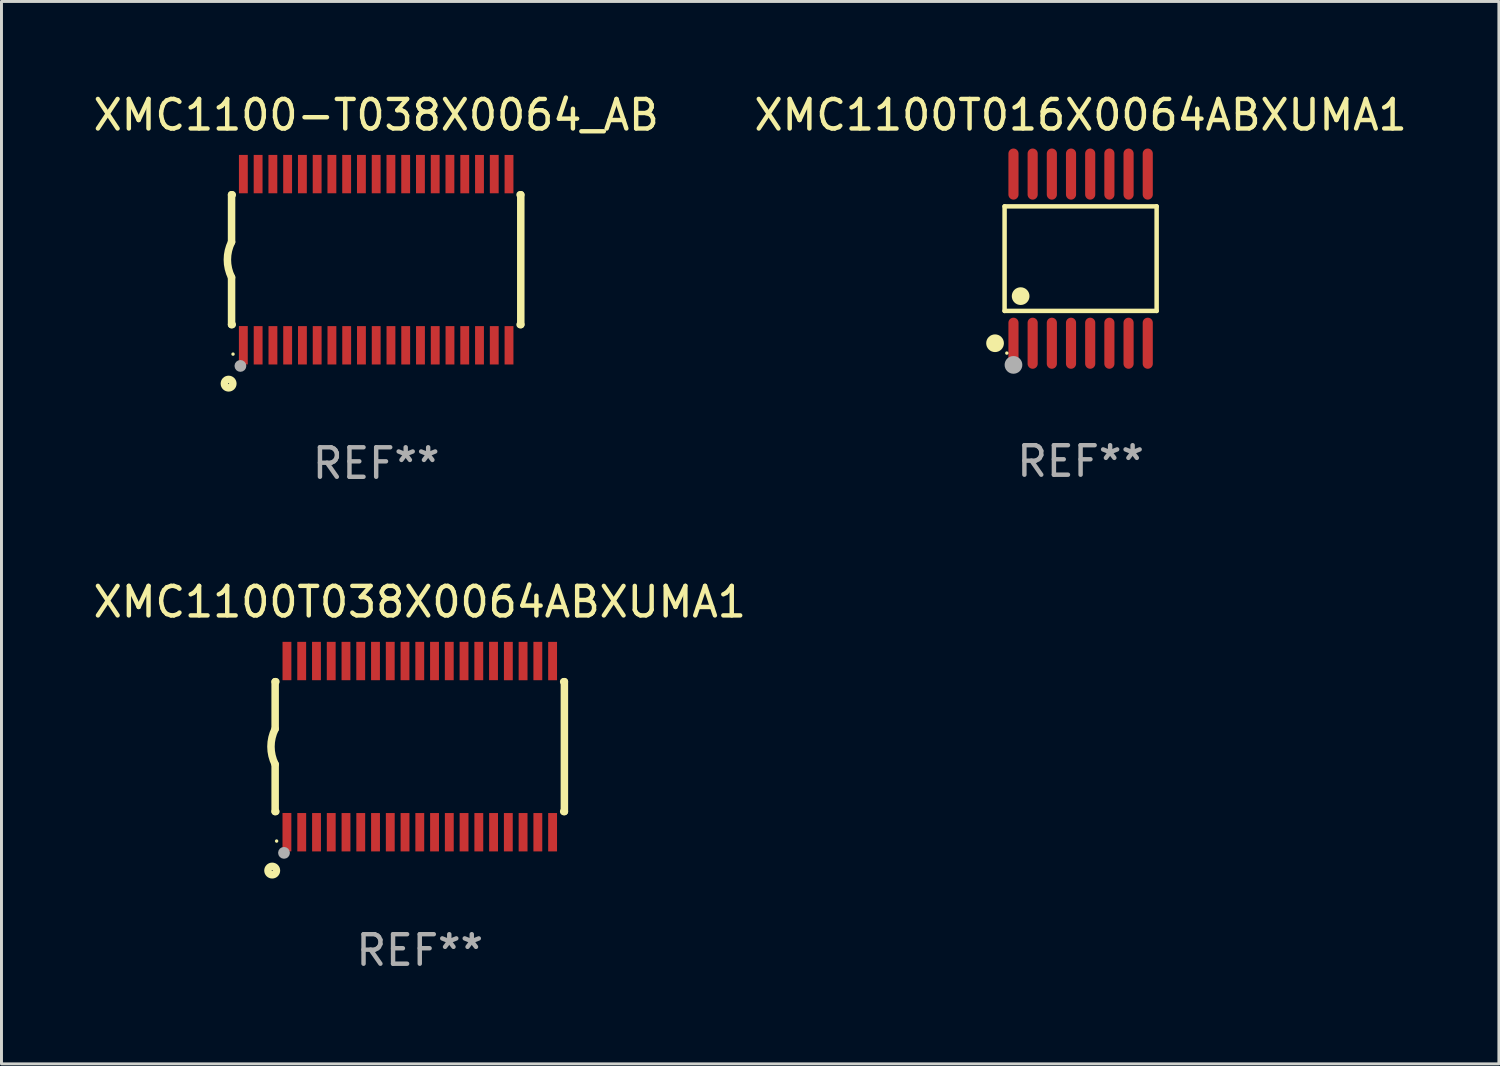
<source format=kicad_pcb>
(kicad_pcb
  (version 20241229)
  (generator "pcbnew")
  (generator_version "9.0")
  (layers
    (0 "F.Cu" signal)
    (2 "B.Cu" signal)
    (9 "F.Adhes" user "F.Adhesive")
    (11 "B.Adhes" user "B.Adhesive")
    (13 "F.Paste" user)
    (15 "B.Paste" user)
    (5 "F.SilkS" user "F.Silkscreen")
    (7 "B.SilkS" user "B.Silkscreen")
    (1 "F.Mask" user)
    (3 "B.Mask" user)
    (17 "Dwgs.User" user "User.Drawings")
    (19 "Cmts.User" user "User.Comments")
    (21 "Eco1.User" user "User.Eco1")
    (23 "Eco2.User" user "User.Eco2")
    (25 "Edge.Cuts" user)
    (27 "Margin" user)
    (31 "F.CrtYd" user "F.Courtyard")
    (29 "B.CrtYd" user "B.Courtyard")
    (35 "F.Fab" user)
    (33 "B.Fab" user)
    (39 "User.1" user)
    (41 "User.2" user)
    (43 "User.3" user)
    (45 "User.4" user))
  (footprint "XMC1100T038X0064ABXUMA1"
    (layer "F.Cu")
    (at 11.173 22.248)
    (property "Reference" "XMC1100T038X0064ABXUMA1" (at 0 -4.901 0) (layer "F.SilkS") (effects (font (size 1 1) (thickness 0.15))))
    (attr through_hole)
    (fp_line (start -4.9 -2.2) (end -4.9 -0.6) (stroke (width 0.254) (type solid)) (layer "F.SilkS"))
    (fp_line (start -4.9 -2.2) (end -4.876 -2.2) (stroke (width 0.254) (type solid)) (layer "F.SilkS"))
    (fp_line (start -4.9 2.2) (end -4.9 0.6) (stroke (width 0.254) (type solid)) (layer "F.SilkS"))
    (fp_line (start -4.9 2.2) (end -4.877 2.2) (stroke (width 0.254) (type solid)) (layer "F.SilkS"))
    (fp_line (start 4.876 -2.2) (end 4.9 -2.2) (stroke (width 0.254) (type solid)) (layer "F.SilkS"))
    (fp_line (start 4.877 2.2) (end 4.9 2.2) (stroke (width 0.254) (type solid)) (layer "F.SilkS"))
    (fp_line (start 4.9 -2.2) (end 4.9 2.2) (stroke (width 0.254) (type solid)) (layer "F.SilkS"))
    (fp_arc (start -4.900051 0.599822) (mid -5.041652 -0.000095) (end -4.9 -0.6) (stroke (width 0.254001) (type solid)) (layer "F.SilkS"))
    (fp_circle (center -5 4.2) (end -4.857 4.2) (stroke (width 0.254) (type solid)) (fill no) (layer "F.SilkS"))
    (fp_circle (center -4.85 3.2) (end -4.82 3.2) (stroke (width 0.06) (type solid)) (fill no) (layer "F.SilkS"))
    (fp_circle (center -4.6 3.6) (end -4.5 3.6) (stroke (width 0.2) (type solid)) (fill no) (layer "F.Fab"))
    (fp_text user "REF**" (at 0 6.901 0) (layer "F.Fab") (effects (font (size 1 1) (thickness 0.15))))
    (pad "1" smd rect (at -4.501 2.899 90) (size 1.3 0.3) (layers "F.Cu" "F.Mask" "F.Paste"))
    (pad "2" smd rect (at -3.999 2.901 90) (size 1.3 0.3) (layers "F.Cu" "F.Mask" "F.Paste"))
    (pad "3" smd rect (at -3.498 2.901 90) (size 1.3 0.3) (layers "F.Cu" "F.Mask" "F.Paste"))
    (pad "4" smd rect (at -2.999 2.901 90) (size 1.3 0.3) (layers "F.Cu" "F.Mask" "F.Paste"))
    (pad "5" smd rect (at -2.499 2.901 90) (size 1.3 0.3) (layers "F.Cu" "F.Mask" "F.Paste"))
    (pad "6" smd rect (at -1.999 2.901 90) (size 1.3 0.3) (layers "F.Cu" "F.Mask" "F.Paste"))
    (pad "7" smd rect (at -1.499 2.901 90) (size 1.3 0.3) (layers "F.Cu" "F.Mask" "F.Paste"))
    (pad "8" smd rect (at -0.999 2.901 90) (size 1.3 0.3) (layers "F.Cu" "F.Mask" "F.Paste"))
    (pad "9" smd rect (at -0.499 2.901 90) (size 1.3 0.3) (layers "F.Cu" "F.Mask" "F.Paste"))
    (pad "10" smd rect (at 0.001 2.901 90) (size 1.3 0.3) (layers "F.Cu" "F.Mask" "F.Paste"))
    (pad "11" smd rect (at 0.501 2.901 90) (size 1.3 0.3) (layers "F.Cu" "F.Mask" "F.Paste"))
    (pad "12" smd rect (at 1.001 2.901 90) (size 1.3 0.3) (layers "F.Cu" "F.Mask" "F.Paste"))
    (pad "13" smd rect (at 1.501 2.901 90) (size 1.3 0.3) (layers "F.Cu" "F.Mask" "F.Paste"))
    (pad "14" smd rect (at 2.001 2.901 90) (size 1.3 0.3) (layers "F.Cu" "F.Mask" "F.Paste"))
    (pad "15" smd rect (at 2.501 2.901 90) (size 1.3 0.3) (layers "F.Cu" "F.Mask" "F.Paste"))
    (pad "16" smd rect (at 3.001 2.901 90) (size 1.3 0.3) (layers "F.Cu" "F.Mask" "F.Paste"))
    (pad "17" smd rect (at 3.501 2.901 90) (size 1.3 0.3) (layers "F.Cu" "F.Mask" "F.Paste"))
    (pad "18" smd rect (at 4.001 2.901 90) (size 1.3 0.3) (layers "F.Cu" "F.Mask" "F.Paste"))
    (pad "19" smd rect (at 4.501 2.901 90) (size 1.3 0.3) (layers "F.Cu" "F.Mask" "F.Paste"))
    (pad "20" smd rect (at 4.501 -2.899 90) (size 1.3 0.3) (layers "F.Cu" "F.Mask" "F.Paste"))
    (pad "21" smd rect (at 4.001 -2.9 90) (size 1.3 0.3) (layers "F.Cu" "F.Mask" "F.Paste"))
    (pad "22" smd rect (at 3.501 -2.899 90) (size 1.3 0.3) (layers "F.Cu" "F.Mask" "F.Paste"))
    (pad "23" smd rect (at 3.002 -2.899 90) (size 1.3 0.3) (layers "F.Cu" "F.Mask" "F.Paste"))
    (pad "24" smd rect (at 2.499 -2.901 90) (size 1.3 0.3) (layers "F.Cu" "F.Mask" "F.Paste"))
    (pad "25" smd rect (at 2 -2.9 90) (size 1.3 0.3) (layers "F.Cu" "F.Mask" "F.Paste"))
    (pad "26" smd rect (at 1.5 -2.9 90) (size 1.3 0.3) (layers "F.Cu" "F.Mask" "F.Paste"))
    (pad "27" smd rect (at 1 -2.9 90) (size 1.3 0.3) (layers "F.Cu" "F.Mask" "F.Paste"))
    (pad "28" smd rect (at 0.5 -2.9 90) (size 1.3 0.3) (layers "F.Cu" "F.Mask" "F.Paste"))
    (pad "29" smd rect (at 0.000127 -2.9 90) (size 1.3 0.3) (layers "F.Cu" "F.Mask" "F.Paste"))
    (pad "30" smd rect (at -0.5 -2.9 90) (size 1.3 0.3) (layers "F.Cu" "F.Mask" "F.Paste"))
    (pad "31" smd rect (at -1 -2.9 90) (size 1.3 0.3) (layers "F.Cu" "F.Mask" "F.Paste"))
    (pad "32" smd rect (at -1.5 -2.9 90) (size 1.3 0.3) (layers "F.Cu" "F.Mask" "F.Paste"))
    (pad "33" smd rect (at -2 -2.9 90) (size 1.3 0.3) (layers "F.Cu" "F.Mask" "F.Paste"))
    (pad "34" smd rect (at -2.5 -2.9 90) (size 1.3 0.3) (layers "F.Cu" "F.Mask" "F.Paste"))
    (pad "35" smd rect (at -3 -2.9 90) (size 1.3 0.3) (layers "F.Cu" "F.Mask" "F.Paste"))
    (pad "36" smd rect (at -3.5 -2.9 90) (size 1.3 0.3) (layers "F.Cu" "F.Mask" "F.Paste"))
    (pad "37" smd rect (at -4 -2.9 90) (size 1.3 0.3) (layers "F.Cu" "F.Mask" "F.Paste"))
    (pad "38" smd rect (at -4.5 -2.9 90) (size 1.3 0.3) (layers "F.Cu" "F.Mask" "F.Paste")))
  (footprint "XMC1100-T038X0064_AB"
    (layer "F.Cu")
    (at 9.696 5.749)
    (property "Reference" "XMC1100-T038X0064_AB" (at 0 -4.901 0) (layer "F.SilkS") (effects (font (size 1 1) (thickness 0.15))))
    (attr through_hole)
    (fp_line (start -4.9 -2.2) (end -4.9 -0.6) (stroke (width 0.254) (type solid)) (layer "F.SilkS"))
    (fp_line (start -4.9 -2.2) (end -4.876 -2.2) (stroke (width 0.254) (type solid)) (layer "F.SilkS"))
    (fp_line (start -4.9 2.2) (end -4.9 0.6) (stroke (width 0.254) (type solid)) (layer "F.SilkS"))
    (fp_line (start -4.9 2.2) (end -4.877 2.2) (stroke (width 0.254) (type solid)) (layer "F.SilkS"))
    (fp_line (start 4.876 -2.2) (end 4.9 -2.2) (stroke (width 0.254) (type solid)) (layer "F.SilkS"))
    (fp_line (start 4.877 2.2) (end 4.9 2.2) (stroke (width 0.254) (type solid)) (layer "F.SilkS"))
    (fp_line (start 4.9 -2.2) (end 4.9 2.2) (stroke (width 0.254) (type solid)) (layer "F.SilkS"))
    (fp_arc (start -4.900051 0.599822) (mid -5.041652 -0.000095) (end -4.9 -0.6) (stroke (width 0.254001) (type solid)) (layer "F.SilkS"))
    (fp_circle (center -5 4.2) (end -4.857 4.2) (stroke (width 0.254) (type solid)) (fill no) (layer "F.SilkS"))
    (fp_circle (center -4.85 3.2) (end -4.82 3.2) (stroke (width 0.06) (type solid)) (fill no) (layer "F.SilkS"))
    (fp_circle (center -4.6 3.6) (end -4.5 3.6) (stroke (width 0.2) (type solid)) (fill no) (layer "F.Fab"))
    (fp_text user "REF**" (at 0 6.901 0) (layer "F.Fab") (effects (font (size 1 1) (thickness 0.15))))
    (pad "1" smd rect (at -4.501 2.899 90) (size 1.3 0.3) (layers "F.Cu" "F.Mask" "F.Paste"))
    (pad "2" smd rect (at -3.999 2.901 90) (size 1.3 0.3) (layers "F.Cu" "F.Mask" "F.Paste"))
    (pad "3" smd rect (at -3.498 2.901 90) (size 1.3 0.3) (layers "F.Cu" "F.Mask" "F.Paste"))
    (pad "4" smd rect (at -2.999 2.901 90) (size 1.3 0.3) (layers "F.Cu" "F.Mask" "F.Paste"))
    (pad "5" smd rect (at -2.499 2.901 90) (size 1.3 0.3) (layers "F.Cu" "F.Mask" "F.Paste"))
    (pad "6" smd rect (at -1.999 2.901 90) (size 1.3 0.3) (layers "F.Cu" "F.Mask" "F.Paste"))
    (pad "7" smd rect (at -1.499 2.901 90) (size 1.3 0.3) (layers "F.Cu" "F.Mask" "F.Paste"))
    (pad "8" smd rect (at -0.999 2.901 90) (size 1.3 0.3) (layers "F.Cu" "F.Mask" "F.Paste"))
    (pad "9" smd rect (at -0.499 2.901 90) (size 1.3 0.3) (layers "F.Cu" "F.Mask" "F.Paste"))
    (pad "10" smd rect (at 0.001 2.901 90) (size 1.3 0.3) (layers "F.Cu" "F.Mask" "F.Paste"))
    (pad "11" smd rect (at 0.501 2.901 90) (size 1.3 0.3) (layers "F.Cu" "F.Mask" "F.Paste"))
    (pad "12" smd rect (at 1.001 2.901 90) (size 1.3 0.3) (layers "F.Cu" "F.Mask" "F.Paste"))
    (pad "13" smd rect (at 1.501 2.901 90) (size 1.3 0.3) (layers "F.Cu" "F.Mask" "F.Paste"))
    (pad "14" smd rect (at 2.001 2.901 90) (size 1.3 0.3) (layers "F.Cu" "F.Mask" "F.Paste"))
    (pad "15" smd rect (at 2.501 2.901 90) (size 1.3 0.3) (layers "F.Cu" "F.Mask" "F.Paste"))
    (pad "16" smd rect (at 3.001 2.901 90) (size 1.3 0.3) (layers "F.Cu" "F.Mask" "F.Paste"))
    (pad "17" smd rect (at 3.501 2.901 90) (size 1.3 0.3) (layers "F.Cu" "F.Mask" "F.Paste"))
    (pad "18" smd rect (at 4.001 2.901 90) (size 1.3 0.3) (layers "F.Cu" "F.Mask" "F.Paste"))
    (pad "19" smd rect (at 4.501 2.901 90) (size 1.3 0.3) (layers "F.Cu" "F.Mask" "F.Paste"))
    (pad "20" smd rect (at 4.501 -2.899 90) (size 1.3 0.3) (layers "F.Cu" "F.Mask" "F.Paste"))
    (pad "21" smd rect (at 4.001 -2.9 90) (size 1.3 0.3) (layers "F.Cu" "F.Mask" "F.Paste"))
    (pad "22" smd rect (at 3.501 -2.899 90) (size 1.3 0.3) (layers "F.Cu" "F.Mask" "F.Paste"))
    (pad "23" smd rect (at 3.002 -2.899 90) (size 1.3 0.3) (layers "F.Cu" "F.Mask" "F.Paste"))
    (pad "24" smd rect (at 2.499 -2.901 90) (size 1.3 0.3) (layers "F.Cu" "F.Mask" "F.Paste"))
    (pad "25" smd rect (at 2 -2.9 90) (size 1.3 0.3) (layers "F.Cu" "F.Mask" "F.Paste"))
    (pad "26" smd rect (at 1.5 -2.9 90) (size 1.3 0.3) (layers "F.Cu" "F.Mask" "F.Paste"))
    (pad "27" smd rect (at 1 -2.9 90) (size 1.3 0.3) (layers "F.Cu" "F.Mask" "F.Paste"))
    (pad "28" smd rect (at 0.5 -2.9 90) (size 1.3 0.3) (layers "F.Cu" "F.Mask" "F.Paste"))
    (pad "29" smd rect (at 0.000127 -2.9 90) (size 1.3 0.3) (layers "F.Cu" "F.Mask" "F.Paste"))
    (pad "30" smd rect (at -0.5 -2.9 90) (size 1.3 0.3) (layers "F.Cu" "F.Mask" "F.Paste"))
    (pad "31" smd rect (at -1 -2.9 90) (size 1.3 0.3) (layers "F.Cu" "F.Mask" "F.Paste"))
    (pad "32" smd rect (at -1.5 -2.9 90) (size 1.3 0.3) (layers "F.Cu" "F.Mask" "F.Paste"))
    (pad "33" smd rect (at -2 -2.9 90) (size 1.3 0.3) (layers "F.Cu" "F.Mask" "F.Paste"))
    (pad "34" smd rect (at -2.5 -2.9 90) (size 1.3 0.3) (layers "F.Cu" "F.Mask" "F.Paste"))
    (pad "35" smd rect (at -3 -2.9 90) (size 1.3 0.3) (layers "F.Cu" "F.Mask" "F.Paste"))
    (pad "36" smd rect (at -3.5 -2.9 90) (size 1.3 0.3) (layers "F.Cu" "F.Mask" "F.Paste"))
    (pad "37" smd rect (at -4 -2.9 90) (size 1.3 0.3) (layers "F.Cu" "F.Mask" "F.Paste"))
    (pad "38" smd rect (at -4.5 -2.9 90) (size 1.3 0.3) (layers "F.Cu" "F.Mask" "F.Paste")))
  (footprint "XMC1100T016X0064ABXUMA1"
    (layer "F.Cu")
    (at 33.565 5.714)
    (property "Reference" "XMC1100T016X0064ABXUMA1" (at 0 -4.866 0) (layer "F.SilkS") (effects (font (size 1 1) (thickness 0.15))))
    (attr through_hole)
    (fp_line (start -2.576 -1.772) (end 2.576 -1.772) (stroke (width 0.152) (type solid)) (layer "F.SilkS"))
    (fp_line (start -2.576 1.771) (end -2.576 -1.772) (stroke (width 0.152) (type solid)) (layer "F.SilkS"))
    (fp_line (start 2.576 -1.772) (end 2.576 1.771) (stroke (width 0.152) (type solid)) (layer "F.SilkS"))
    (fp_line (start 2.576 1.771) (end -2.576 1.771) (stroke (width 0.152) (type solid)) (layer "F.SilkS"))
    (fp_circle (center -2.899 2.866) (end -2.749 2.866) (stroke (width 0.3) (type solid)) (fill no) (layer "F.SilkS"))
    (fp_circle (center -2.5 3.2) (end -2.47 3.2) (stroke (width 0.06) (type solid)) (fill no) (layer "F.SilkS"))
    (fp_circle (center -2.032 1.27) (end -1.882 1.27) (stroke (width 0.3) (type solid)) (fill no) (layer "F.SilkS"))
    (fp_circle (center -2.275 3.6) (end -2.125 3.6) (stroke (width 0.3) (type solid)) (fill no) (layer "F.Fab"))
    (fp_text user "REF**" (at 0 6.866 0) (layer "F.Fab") (effects (font (size 1 1) (thickness 0.15))))
    (pad "1" smd oval (at -2.275 2.866) (size 0.343 1.731) (layers "F.Cu" "F.Mask" "F.Paste"))
    (pad "2" smd oval (at -1.625 2.866) (size 0.343 1.731) (layers "F.Cu" "F.Mask" "F.Paste"))
    (pad "3" smd oval (at -0.975 2.866) (size 0.343 1.731) (layers "F.Cu" "F.Mask" "F.Paste"))
    (pad "4" smd oval (at -0.325 2.866) (size 0.343 1.731) (layers "F.Cu" "F.Mask" "F.Paste"))
    (pad "5" smd oval (at 0.325 2.866) (size 0.343 1.731) (layers "F.Cu" "F.Mask" "F.Paste"))
    (pad "6" smd oval (at 0.975 2.866) (size 0.343 1.731) (layers "F.Cu" "F.Mask" "F.Paste"))
    (pad "7" smd oval (at 1.625 2.866) (size 0.343 1.731) (layers "F.Cu" "F.Mask" "F.Paste"))
    (pad "8" smd oval (at 2.275 2.866) (size 0.343 1.731) (layers "F.Cu" "F.Mask" "F.Paste"))
    (pad "9" smd oval (at 2.275 -2.866) (size 0.343 1.731) (layers "F.Cu" "F.Mask" "F.Paste"))
    (pad "10" smd oval (at 1.625 -2.866) (size 0.343 1.731) (layers "F.Cu" "F.Mask" "F.Paste"))
    (pad "11" smd oval (at 0.975 -2.866) (size 0.343 1.731) (layers "F.Cu" "F.Mask" "F.Paste"))
    (pad "12" smd oval (at 0.325 -2.866) (size 0.343 1.731) (layers "F.Cu" "F.Mask" "F.Paste"))
    (pad "13" smd oval (at -0.325 -2.866) (size 0.343 1.731) (layers "F.Cu" "F.Mask" "F.Paste"))
    (pad "14" smd oval (at -0.975 -2.866) (size 0.343 1.731) (layers "F.Cu" "F.Mask" "F.Paste"))
    (pad "15" smd oval (at -1.625 -2.866) (size 0.343 1.731) (layers "F.Cu" "F.Mask" "F.Paste"))
    (pad "16" smd oval (at -2.275 -2.866) (size 0.343 1.731) (layers "F.Cu" "F.Mask" "F.Paste")))
  (gr_rect
    (start -3 -3)
    (end 47.738 32.997)
    (stroke (width 0.1) (type default))
    (fill no)
    (layer "Edge.Cuts")))
</source>
